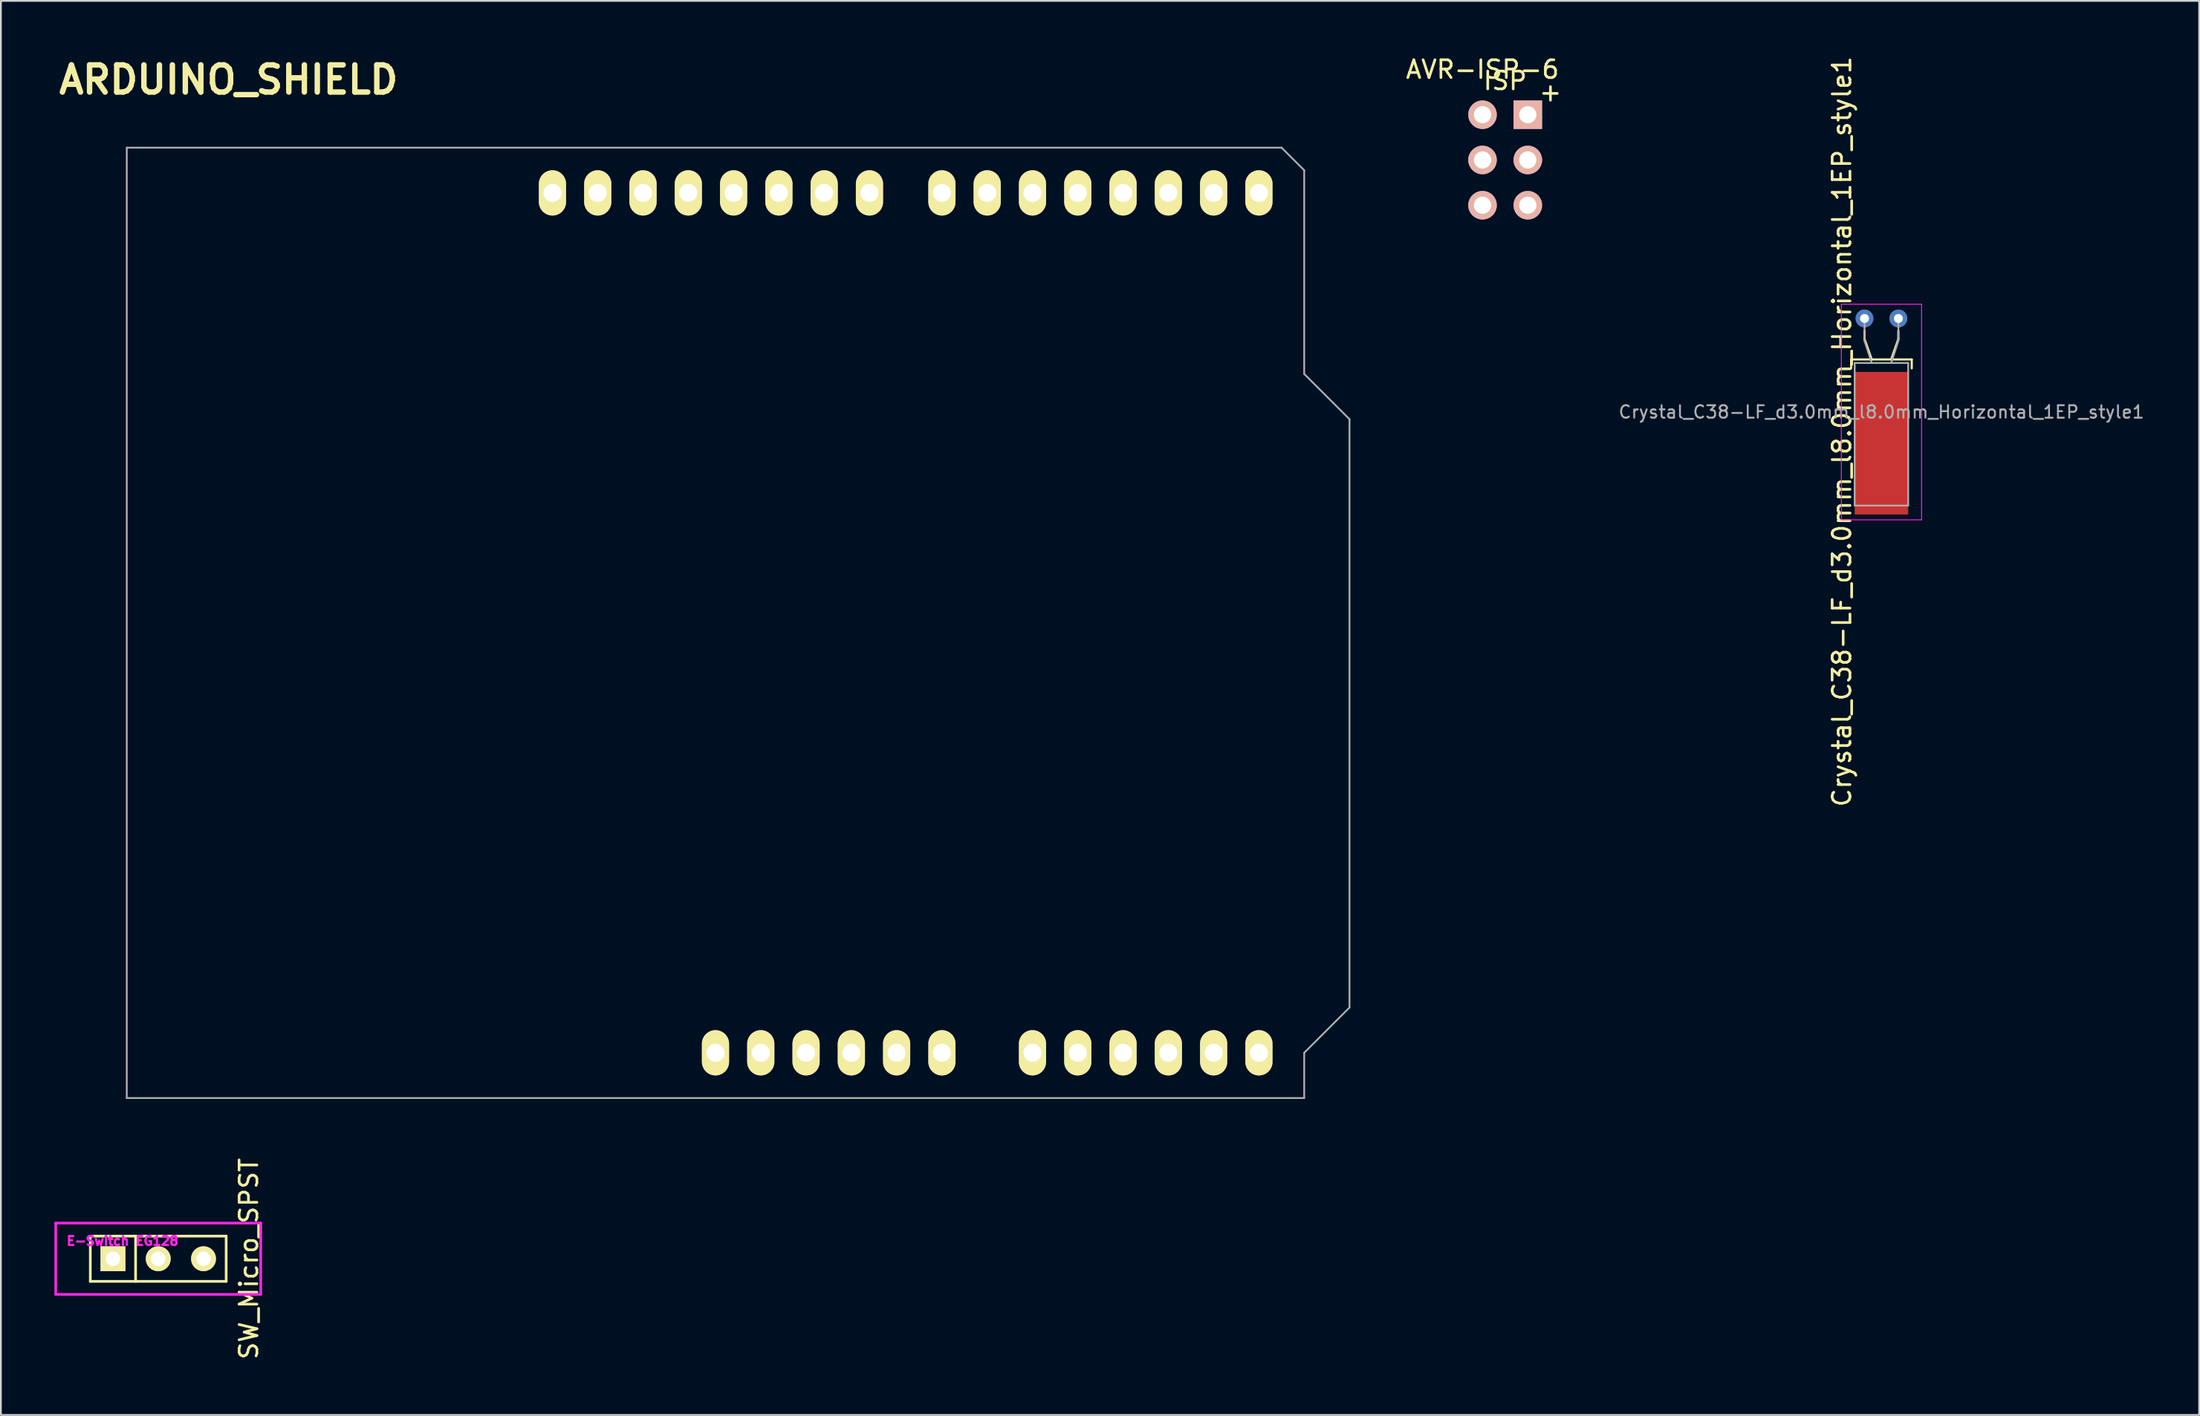
<source format=kicad_pcb>
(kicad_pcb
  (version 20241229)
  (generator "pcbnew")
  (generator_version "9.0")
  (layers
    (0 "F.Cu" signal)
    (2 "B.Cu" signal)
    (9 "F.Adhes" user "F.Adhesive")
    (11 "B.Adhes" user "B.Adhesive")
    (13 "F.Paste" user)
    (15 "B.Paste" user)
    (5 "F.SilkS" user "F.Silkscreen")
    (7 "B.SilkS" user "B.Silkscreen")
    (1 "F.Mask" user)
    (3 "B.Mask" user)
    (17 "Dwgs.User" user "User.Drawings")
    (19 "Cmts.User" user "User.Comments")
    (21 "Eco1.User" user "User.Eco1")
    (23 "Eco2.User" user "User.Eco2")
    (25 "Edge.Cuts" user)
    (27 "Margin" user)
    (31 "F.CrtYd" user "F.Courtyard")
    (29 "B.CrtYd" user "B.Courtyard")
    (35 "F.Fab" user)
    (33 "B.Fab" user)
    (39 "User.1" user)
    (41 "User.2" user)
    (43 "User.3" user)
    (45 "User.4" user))
  (footprint "Crystal_C38-LF_d3.0mm_l8.0mm_Horizontal_1EP_style1"
    (layer "F.Cu")
    (at 101.526 14.823)
    (property "Reference" "Crystal_C38-LF_d3.0mm_l8.0mm_Horizontal_1EP_style1" (at -1.27 6.35 90) (layer "F.SilkS") (effects (font (size 1 1) (thickness 0.15))))
    (attr through_hole)
    (fp_line (start -0.75 2.3) (end 2.65 2.3) (stroke (width 0.12) (type solid)) (layer "F.SilkS"))
    (fp_line (start -0.75 2.8) (end -0.75 2.3) (stroke (width 0.12) (type solid)) (layer "F.SilkS"))
    (fp_line (start 0 1.15) (end 0 0.7) (stroke (width 0.12) (type solid)) (layer "F.SilkS"))
    (fp_line (start 0.405 2.3) (end 0 1.15) (stroke (width 0.12) (type solid)) (layer "F.SilkS"))
    (fp_line (start 1.495 2.3) (end 1.9 1.15) (stroke (width 0.12) (type solid)) (layer "F.SilkS"))
    (fp_line (start 1.9 1.15) (end 1.9 0.7) (stroke (width 0.12) (type solid)) (layer "F.SilkS"))
    (fp_line (start 2.65 2.3) (end 2.65 2.8) (stroke (width 0.12) (type solid)) (layer "F.SilkS"))
    (fp_line (start -1.3 -0.8) (end -1.3 11.3) (stroke (width 0.05) (type solid)) (layer "F.CrtYd"))
    (fp_line (start -1.3 11.3) (end 3.2 11.3) (stroke (width 0.05) (type solid)) (layer "F.CrtYd"))
    (fp_line (start 3.2 -0.8) (end -1.3 -0.8) (stroke (width 0.05) (type solid)) (layer "F.CrtYd"))
    (fp_line (start 3.2 11.3) (end 3.2 -0.8) (stroke (width 0.05) (type solid)) (layer "F.CrtYd"))
    (fp_line (start -0.55 2.5) (end -0.55 10.5) (stroke (width 0.1) (type solid)) (layer "F.Fab"))
    (fp_line (start -0.55 10.5) (end 2.45 10.5) (stroke (width 0.1) (type solid)) (layer "F.Fab"))
    (fp_line (start 0 1.25) (end 0 0) (stroke (width 0.1) (type solid)) (layer "F.Fab"))
    (fp_line (start 0.405 2.5) (end 0 1.25) (stroke (width 0.1) (type solid)) (layer "F.Fab"))
    (fp_line (start 1.495 2.5) (end 1.9 1.25) (stroke (width 0.1) (type solid)) (layer "F.Fab"))
    (fp_line (start 1.9 1.25) (end 1.9 0) (stroke (width 0.1) (type solid)) (layer "F.Fab"))
    (fp_line (start 2.45 2.5) (end -0.55 2.5) (stroke (width 0.1) (type solid)) (layer "F.Fab"))
    (fp_line (start 2.45 10.5) (end 2.45 2.5) (stroke (width 0.1) (type solid)) (layer "F.Fab"))
    (fp_text user "${REFERENCE}" (at 0.95 5.25 0) (layer "F.Fab") (effects (font (size 0.7 0.7) (thickness 0.105))))
    (pad "1" thru_hole circle (at 1.9 0) (size 1 1) (drill 0.5) (layers "*.Cu" "*.Mask"))
    (pad "2" thru_hole circle (at 0 0) (size 1 1) (drill 0.5) (layers "*.Cu" "*.Mask"))
    (pad "3" smd rect (at 0.95 7) (size 3 8) (layers "F.Cu" "F.Mask" "F.Paste")))
  (footprint "ARDUINO_SHIELD"
    (layer "F.Cu")
    (at 4.06 58.576)
    (property "Reference" "ARDUINO_SHIELD" (at 5.715 -57.15 0) (layer "F.SilkS") (effects (font (size 1.524 1.524) (thickness 0.305))))
    (attr through_hole)
    (fp_line (start 0 0) (end 0 -53.34) (stroke (width 0.1) (type solid)) (layer "F.Fab"))
    (fp_line (start 64.77 -53.34) (end 0 -53.34) (stroke (width 0.1) (type solid)) (layer "F.Fab"))
    (fp_line (start 66.04 -52.07) (end 64.77 -53.34) (stroke (width 0.1) (type solid)) (layer "F.Fab"))
    (fp_line (start 66.04 -40.64) (end 66.04 -52.07) (stroke (width 0.1) (type solid)) (layer "F.Fab"))
    (fp_line (start 66.04 -40.64) (end 68.58 -38.1) (stroke (width 0.1) (type solid)) (layer "F.Fab"))
    (fp_line (start 66.04 -2.54) (end 66.04 0) (stroke (width 0.1) (type solid)) (layer "F.Fab"))
    (fp_line (start 66.04 0) (end 0 0) (stroke (width 0.1) (type solid)) (layer "F.Fab"))
    (fp_line (start 68.58 -38.1) (end 68.58 -5.08) (stroke (width 0.1) (type solid)) (layer "F.Fab"))
    (fp_line (start 68.58 -5.08) (end 66.04 -2.54) (stroke (width 0.1) (type solid)) (layer "F.Fab"))
    (pad "0" thru_hole oval (at 63.5 -50.8 90) (size 2.54 1.524) (drill 1.016) (layers "*.Cu" "*.Mask" "F.SilkS"))
    (pad "1" thru_hole oval (at 60.96 -50.8 90) (size 2.54 1.524) (drill 1.016) (layers "*.Cu" "*.Mask" "F.SilkS"))
    (pad "2" thru_hole oval (at 58.42 -50.8 90) (size 2.54 1.524) (drill 1.016) (layers "*.Cu" "*.Mask" "F.SilkS"))
    (pad "3" thru_hole oval (at 55.88 -50.8 90) (size 2.54 1.524) (drill 1.016) (layers "*.Cu" "*.Mask" "F.SilkS"))
    (pad "3V3" thru_hole oval (at 35.56 -2.54 90) (size 2.54 1.524) (drill 1.016) (layers "*.Cu" "*.Mask" "F.SilkS"))
    (pad "4" thru_hole oval (at 53.34 -50.8 90) (size 2.54 1.524) (drill 1.016) (layers "*.Cu" "*.Mask" "F.SilkS"))
    (pad "5" thru_hole oval (at 50.8 -50.8 90) (size 2.54 1.524) (drill 1.016) (layers "*.Cu" "*.Mask" "F.SilkS"))
    (pad "5V" thru_hole oval (at 38.1 -2.54 90) (size 2.54 1.524) (drill 1.016) (layers "*.Cu" "*.Mask" "F.SilkS"))
    (pad "6" thru_hole oval (at 48.26 -50.8 90) (size 2.54 1.524) (drill 1.016) (layers "*.Cu" "*.Mask" "F.SilkS"))
    (pad "7" thru_hole oval (at 45.72 -50.8 90) (size 2.54 1.524) (drill 1.016) (layers "*.Cu" "*.Mask" "F.SilkS"))
    (pad "8" thru_hole oval (at 41.656 -50.8 90) (size 2.54 1.524) (drill 1.016) (layers "*.Cu" "*.Mask" "F.SilkS"))
    (pad "9" thru_hole oval (at 39.116 -50.8 90) (size 2.54 1.524) (drill 1.016) (layers "*.Cu" "*.Mask" "F.SilkS"))
    (pad "10" thru_hole oval (at 36.576 -50.8 90) (size 2.54 1.524) (drill 1.016) (layers "*.Cu" "*.Mask" "F.SilkS"))
    (pad "11" thru_hole oval (at 34.036 -50.8 90) (size 2.54 1.524) (drill 1.016) (layers "*.Cu" "*.Mask" "F.SilkS"))
    (pad "12" thru_hole oval (at 31.496 -50.8 90) (size 2.54 1.524) (drill 1.016) (layers "*.Cu" "*.Mask" "F.SilkS"))
    (pad "13" thru_hole oval (at 28.956 -50.8 90) (size 2.54 1.524) (drill 1.016) (layers "*.Cu" "*.Mask" "F.SilkS"))
    (pad "AD0" thru_hole oval (at 50.8 -2.54 90) (size 2.54 1.524) (drill 1.016) (layers "*.Cu" "*.Mask" "F.SilkS"))
    (pad "AD1" thru_hole oval (at 53.34 -2.54 90) (size 2.54 1.524) (drill 1.016) (layers "*.Cu" "*.Mask" "F.SilkS"))
    (pad "AD2" thru_hole oval (at 55.88 -2.54 90) (size 2.54 1.524) (drill 1.016) (layers "*.Cu" "*.Mask" "F.SilkS"))
    (pad "AD3" thru_hole oval (at 58.42 -2.54 90) (size 2.54 1.524) (drill 1.016) (layers "*.Cu" "*.Mask" "F.SilkS"))
    (pad "AD4" thru_hole oval (at 60.96 -2.54 90) (size 2.54 1.524) (drill 1.016) (layers "*.Cu" "*.Mask" "F.SilkS"))
    (pad "AD5" thru_hole oval (at 63.5 -2.54 90) (size 2.54 1.524) (drill 1.016) (layers "*.Cu" "*.Mask" "F.SilkS"))
    (pad "AREF" thru_hole oval (at 23.876 -50.8 90) (size 2.54 1.524) (drill 1.016) (layers "*.Cu" "*.Mask" "F.SilkS"))
    (pad "GND1" thru_hole oval (at 40.64 -2.54 90) (size 2.54 1.524) (drill 1.016) (layers "*.Cu" "*.Mask" "F.SilkS"))
    (pad "GND2" thru_hole oval (at 43.18 -2.54 90) (size 2.54 1.524) (drill 1.016) (layers "*.Cu" "*.Mask" "F.SilkS"))
    (pad "GND3" thru_hole oval (at 26.416 -50.8 90) (size 2.54 1.524) (drill 1.016) (layers "*.Cu" "*.Mask" "F.SilkS"))
    (pad "RST" thru_hole oval (at 33.02 -2.54 90) (size 2.54 1.524) (drill 1.016) (layers "*.Cu" "*.Mask" "F.SilkS"))
    (pad "V_IN" thru_hole oval (at 45.72 -2.54 90) (size 2.54 1.524) (drill 1.016) (layers "*.Cu" "*.Mask" "F.SilkS")))
  (footprint "SW_Micro_SPST"
    (layer "F.Cu")
    (at 5.825 67.594)
    (property "Reference" "SW_Micro_SPST" (at 5.08 0 90) (layer "F.SilkS") (effects (font (size 1 1) (thickness 0.15))))
    (attr through_hole)
    (fp_line (start -3.81 -1.27) (end 3.81 -1.27) (stroke (width 0.15) (type solid)) (layer "F.SilkS"))
    (fp_line (start -3.81 1.27) (end -3.81 -1.27) (stroke (width 0.15) (type solid)) (layer "F.SilkS"))
    (fp_line (start -1.27 -1.27) (end -1.27 1.27) (stroke (width 0.15) (type solid)) (layer "F.SilkS"))
    (fp_line (start 3.81 -1.27) (end 3.81 1.27) (stroke (width 0.15) (type solid)) (layer "F.SilkS"))
    (fp_line (start 3.81 1.27) (end -3.81 1.27) (stroke (width 0.15) (type solid)) (layer "F.SilkS"))
    (fp_line (start -5.75 -2) (end -5.75 2) (stroke (width 0.15) (type solid)) (layer "F.CrtYd"))
    (fp_line (start -5.75 -2) (end 5.75 -2) (stroke (width 0.15) (type solid)) (layer "F.CrtYd"))
    (fp_line (start -5.75 2) (end 5.75 2) (stroke (width 0.15) (type solid)) (layer "F.CrtYd"))
    (fp_line (start 5.75 -2) (end 5.75 2) (stroke (width 0.15) (type solid)) (layer "F.CrtYd"))
    (fp_text user "E-Switch EG128" (at -2 -1 0) (layer "F.CrtYd") (effects (font (size 0.5 0.5) (thickness 0.125))))
    (pad "1" thru_hole rect (at -2.54 0) (size 1.397 1.397) (drill 0.813) (layers "*.Cu" "*.Mask" "F.SilkS"))
    (pad "2" thru_hole circle (at 0 0) (size 1.397 1.397) (drill 0.813) (layers "*.Cu" "*.Mask" "F.SilkS"))
    (pad "3" thru_hole circle (at 2.54 0) (size 1.397 1.397) (drill 0.813) (layers "*.Cu" "*.Mask" "F.SilkS")))
  (footprint "AVR-ISP-6"
    (layer "F.Cu")
    (at 80.101 3.388)
    (property "Reference" "AVR-ISP-6" (at 0 -2.54 0) (layer "F.SilkS") (effects (font (size 1 1) (thickness 0.15))))
    (attr through_hole)
    (fp_text user "+" (at 3.81 -1.27 0) (layer "F.SilkS") (effects (font (size 1 1) (thickness 0.15))))
    (fp_text user "ISP" (at 1.27 -1.905 0) (layer "F.SilkS") (effects (font (size 1 1) (thickness 0.15))))
    (pad "1" thru_hole oval (at 0 0) (size 1.6 1.6) (drill 0.965) (layers "*.Cu" "*.Mask" "B.SilkS"))
    (pad "2" thru_hole rect (at 2.54 0) (size 1.6 1.6) (drill 0.965) (layers "*.Cu" "*.Mask" "B.SilkS"))
    (pad "3" thru_hole oval (at 0 2.54) (size 1.6 1.6) (drill 0.965) (layers "*.Cu" "*.Mask" "B.SilkS"))
    (pad "4" thru_hole oval (at 2.54 2.54) (size 1.6 1.6) (drill 0.965) (layers "*.Cu" "*.Mask" "B.SilkS"))
    (pad "5" thru_hole oval (at 0 5.08) (size 1.6 1.6) (drill 0.965) (layers "*.Cu" "*.Mask" "B.SilkS"))
    (pad "6" thru_hole oval (at 2.54 5.08) (size 1.6 1.6) (drill 0.965) (layers "*.Cu" "*.Mask" "B.SilkS")))
  (gr_rect
    (start -3 -3)
    (end 120.297 76.362)
    (stroke (width 0.1) (type default))
    (fill no)
    (layer "Edge.Cuts")))
</source>
